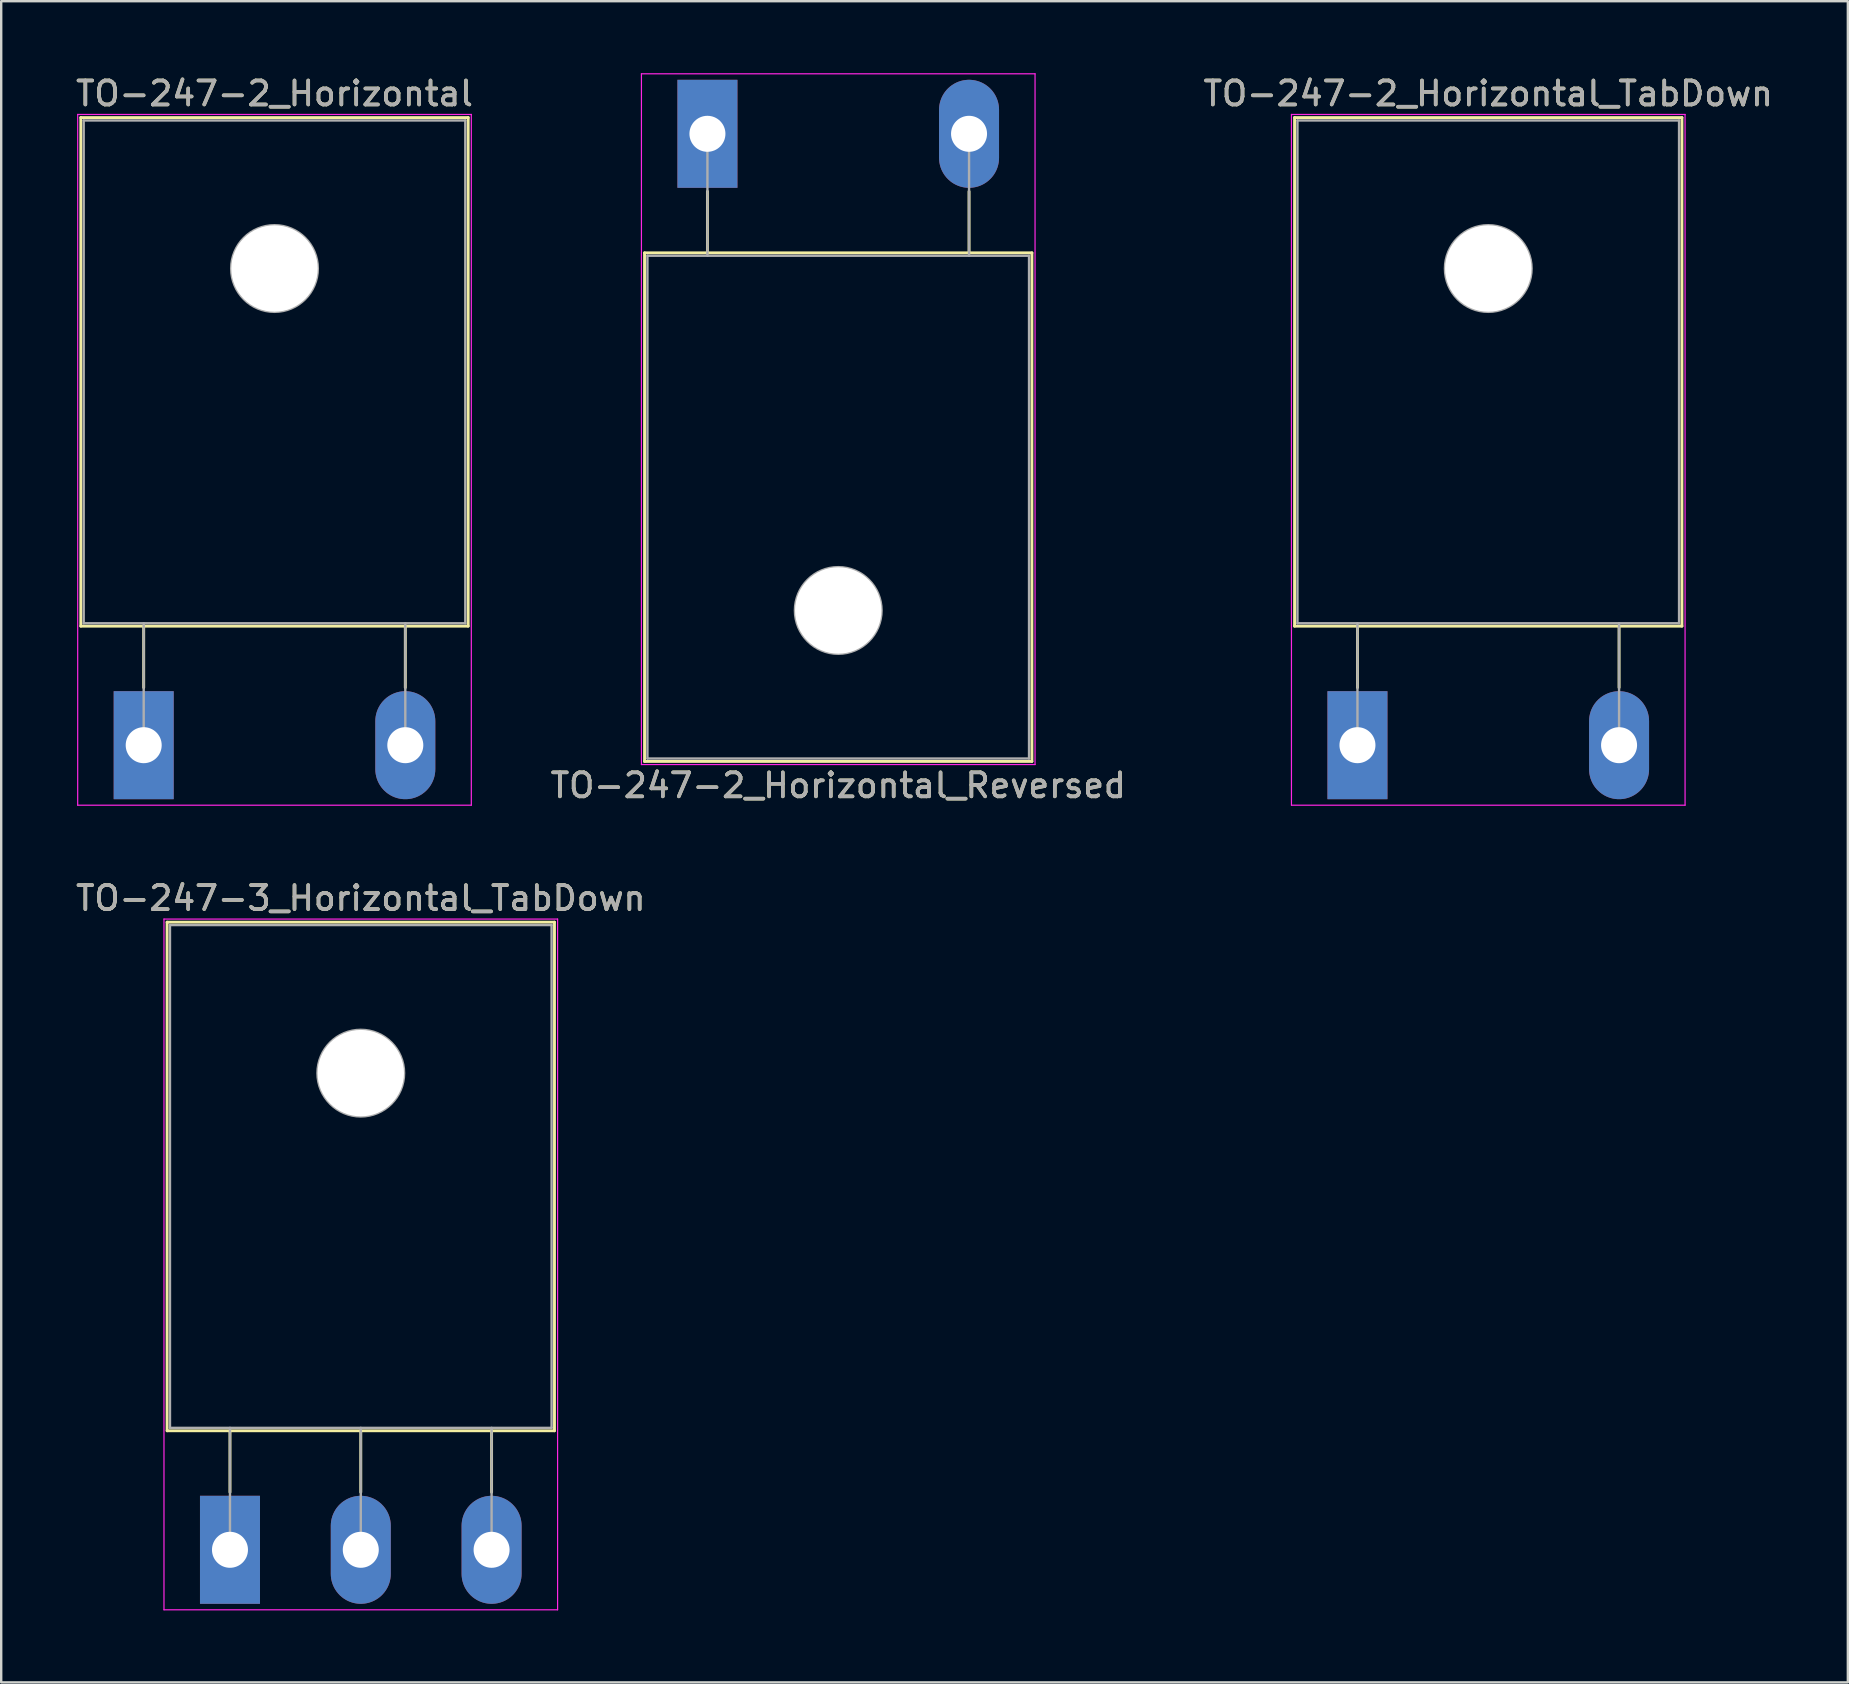
<source format=kicad_pcb>
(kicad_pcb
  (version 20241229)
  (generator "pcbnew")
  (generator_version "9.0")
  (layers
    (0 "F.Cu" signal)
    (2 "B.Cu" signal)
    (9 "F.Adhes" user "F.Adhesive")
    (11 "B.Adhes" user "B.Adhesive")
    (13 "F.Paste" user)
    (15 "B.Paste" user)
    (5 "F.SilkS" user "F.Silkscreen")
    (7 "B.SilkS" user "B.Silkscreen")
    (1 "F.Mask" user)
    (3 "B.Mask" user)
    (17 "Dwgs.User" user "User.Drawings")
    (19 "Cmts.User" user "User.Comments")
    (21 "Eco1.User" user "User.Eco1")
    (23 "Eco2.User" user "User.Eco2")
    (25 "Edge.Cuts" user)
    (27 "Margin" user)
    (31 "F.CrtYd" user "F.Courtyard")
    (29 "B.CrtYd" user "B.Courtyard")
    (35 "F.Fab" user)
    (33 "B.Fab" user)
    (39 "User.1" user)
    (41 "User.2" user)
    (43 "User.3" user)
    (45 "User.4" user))
  (footprint "TO-247-3_Horizontal_TabDown"
    (layer "F.Cu")
    (at 6.532 61.522)
    (property "Reference" "TO-247-3_Horizontal_TabDown" (at 5.45 -27.15 0) (layer "F.SilkS") (effects (font (size 1 1) (thickness 0.15))))
    (attr through_hole)
    (fp_line (start -2.62 -26.15) (end -2.62 -4.96) (stroke (width 0.12) (type solid)) (layer "F.SilkS"))
    (fp_line (start -2.62 -26.15) (end 13.52 -26.15) (stroke (width 0.12) (type solid)) (layer "F.SilkS"))
    (fp_line (start -2.62 -4.96) (end 13.52 -4.96) (stroke (width 0.12) (type solid)) (layer "F.SilkS"))
    (fp_line (start 0 -4.96) (end 0 -2.4) (stroke (width 0.12) (type solid)) (layer "F.SilkS"))
    (fp_line (start 5.45 -4.96) (end 5.45 -2.4) (stroke (width 0.12) (type solid)) (layer "F.SilkS"))
    (fp_line (start 10.9 -4.96) (end 10.9 -2.4) (stroke (width 0.12) (type solid)) (layer "F.SilkS"))
    (fp_line (start 13.52 -26.15) (end 13.52 -4.96) (stroke (width 0.12) (type solid)) (layer "F.SilkS"))
    (fp_line (start -2.75 -26.28) (end -2.75 2.5) (stroke (width 0.05) (type solid)) (layer "F.CrtYd"))
    (fp_line (start -2.75 2.5) (end 13.65 2.5) (stroke (width 0.05) (type solid)) (layer "F.CrtYd"))
    (fp_line (start 13.65 -26.28) (end -2.75 -26.28) (stroke (width 0.05) (type solid)) (layer "F.CrtYd"))
    (fp_line (start 13.65 2.5) (end 13.65 -26.28) (stroke (width 0.05) (type solid)) (layer "F.CrtYd"))
    (fp_line (start -2.5 -26.03) (end 13.4 -26.03) (stroke (width 0.1) (type solid)) (layer "F.Fab"))
    (fp_line (start -2.5 -5.08) (end -2.5 -26.03) (stroke (width 0.1) (type solid)) (layer "F.Fab"))
    (fp_line (start 0 -5.08) (end 0 0) (stroke (width 0.1) (type solid)) (layer "F.Fab"))
    (fp_line (start 5.45 -5.08) (end 5.45 0) (stroke (width 0.1) (type solid)) (layer "F.Fab"))
    (fp_line (start 10.9 -5.08) (end 10.9 0) (stroke (width 0.1) (type solid)) (layer "F.Fab"))
    (fp_line (start 13.4 -26.03) (end 13.4 -5.08) (stroke (width 0.1) (type solid)) (layer "F.Fab"))
    (fp_line (start 13.4 -5.08) (end -2.5 -5.08) (stroke (width 0.1) (type solid)) (layer "F.Fab"))
    (fp_circle (center 5.45 -19.86) (end 7.255 -19.86) (stroke (width 0.1) (type solid)) (fill no) (layer "F.Fab"))
    (fp_text user "${REFERENCE}" (at 5.45 -27.15 0) (layer "F.Fab") (effects (font (size 1 1) (thickness 0.15))))
    (pad "" np_thru_hole oval (at 5.45 -19.86) (size 3.6 3.6) (drill 3.6) (layers "*.Cu" "*.Mask"))
    (pad "1" thru_hole rect (at 0 0) (size 2.5 4.5) (drill 1.5) (layers "*.Cu" "*.Mask"))
    (pad "2" thru_hole oval (at 5.45 0) (size 2.5 4.5) (drill 1.5) (layers "*.Cu" "*.Mask"))
    (pad "3" thru_hole oval (at 10.9 0) (size 2.5 4.5) (drill 1.5) (layers "*.Cu" "*.Mask")))
  (footprint "TO-247-2_Horizontal"
    (layer "F.Cu")
    (at 2.937 27.998)
    (property "Reference" "TO-247-2_Horizontal" (at 5.45 -27.15 0) (layer "F.SilkS") (effects (font (size 1 1) (thickness 0.15))))
    (attr through_hole)
    (fp_line (start -2.62 -26.15) (end -2.62 -4.96) (stroke (width 0.12) (type solid)) (layer "F.SilkS"))
    (fp_line (start -2.62 -26.15) (end 13.52 -26.15) (stroke (width 0.12) (type solid)) (layer "F.SilkS"))
    (fp_line (start -2.62 -4.96) (end 13.52 -4.96) (stroke (width 0.12) (type solid)) (layer "F.SilkS"))
    (fp_line (start 0 -4.96) (end 0 -2.4) (stroke (width 0.12) (type solid)) (layer "F.SilkS"))
    (fp_line (start 10.9 -4.96) (end 10.9 -2.4) (stroke (width 0.12) (type solid)) (layer "F.SilkS"))
    (fp_line (start 13.52 -26.15) (end 13.52 -4.96) (stroke (width 0.12) (type solid)) (layer "F.SilkS"))
    (fp_line (start -2.75 -26.28) (end -2.75 2.5) (stroke (width 0.05) (type solid)) (layer "F.CrtYd"))
    (fp_line (start -2.75 2.5) (end 13.65 2.5) (stroke (width 0.05) (type solid)) (layer "F.CrtYd"))
    (fp_line (start 13.65 -26.28) (end -2.75 -26.28) (stroke (width 0.05) (type solid)) (layer "F.CrtYd"))
    (fp_line (start 13.65 2.5) (end 13.65 -26.28) (stroke (width 0.05) (type solid)) (layer "F.CrtYd"))
    (fp_line (start -2.5 -26.03) (end 13.4 -26.03) (stroke (width 0.1) (type solid)) (layer "F.Fab"))
    (fp_line (start -2.5 -5.08) (end -2.5 -26.03) (stroke (width 0.1) (type solid)) (layer "F.Fab"))
    (fp_line (start 0 -5.08) (end 0 0) (stroke (width 0.1) (type solid)) (layer "F.Fab"))
    (fp_line (start 10.9 -5.08) (end 10.9 0) (stroke (width 0.1) (type solid)) (layer "F.Fab"))
    (fp_line (start 13.4 -26.03) (end 13.4 -5.08) (stroke (width 0.1) (type solid)) (layer "F.Fab"))
    (fp_line (start 13.4 -5.08) (end -2.5 -5.08) (stroke (width 0.1) (type solid)) (layer "F.Fab"))
    (fp_circle (center 5.45 -19.86) (end 7.255 -19.86) (stroke (width 0.1) (type solid)) (fill no) (layer "F.Fab"))
    (fp_text user "${REFERENCE}" (at 5.45 -27.15 0) (layer "F.Fab") (effects (font (size 1 1) (thickness 0.15))))
    (pad "" np_thru_hole oval (at 5.45 -19.86) (size 3.6 3.6) (drill 3.6) (layers "*.Cu" "*.Mask"))
    (pad "1" thru_hole rect (at 0 0) (size 2.5 4.5) (drill 1.5) (layers "*.Cu" "*.Mask"))
    (pad "2" thru_hole oval (at 10.9 0) (size 2.5 4.5) (drill 1.5) (layers "*.Cu" "*.Mask")))
  (footprint "TO-247-2_Horizontal_Reversed"
    (layer "F.Cu")
    (at 26.425 2.525)
    (property "Reference" "TO-247-2_Horizontal_Reversed" (at 5.45 27.15 0) (layer "F.SilkS") (effects (font (size 1 1) (thickness 0.15))))
    (attr through_hole)
    (fp_line (start -2.62 4.96) (end -2.62 26.15) (stroke (width 0.12) (type solid)) (layer "F.SilkS"))
    (fp_line (start -2.62 4.96) (end 13.52 4.96) (stroke (width 0.12) (type solid)) (layer "F.SilkS"))
    (fp_line (start -2.62 26.15) (end 13.52 26.15) (stroke (width 0.12) (type solid)) (layer "F.SilkS"))
    (fp_line (start 0 2.4) (end 0 4.96) (stroke (width 0.12) (type solid)) (layer "F.SilkS"))
    (fp_line (start 10.9 2.4) (end 10.9 4.96) (stroke (width 0.12) (type solid)) (layer "F.SilkS"))
    (fp_line (start 13.52 4.96) (end 13.52 26.15) (stroke (width 0.12) (type solid)) (layer "F.SilkS"))
    (fp_line (start -2.75 -2.5) (end -2.75 26.28) (stroke (width 0.05) (type solid)) (layer "F.CrtYd"))
    (fp_line (start -2.75 26.28) (end 13.65 26.28) (stroke (width 0.05) (type solid)) (layer "F.CrtYd"))
    (fp_line (start 13.65 -2.5) (end -2.75 -2.5) (stroke (width 0.05) (type solid)) (layer "F.CrtYd"))
    (fp_line (start 13.65 26.28) (end 13.65 -2.5) (stroke (width 0.05) (type solid)) (layer "F.CrtYd"))
    (fp_line (start -2.5 5.08) (end -2.5 26.03) (stroke (width 0.1) (type solid)) (layer "F.Fab"))
    (fp_line (start -2.5 26.03) (end 13.4 26.03) (stroke (width 0.1) (type solid)) (layer "F.Fab"))
    (fp_line (start 0 5.08) (end 0 0) (stroke (width 0.1) (type solid)) (layer "F.Fab"))
    (fp_line (start 10.9 5.08) (end 10.9 0) (stroke (width 0.1) (type solid)) (layer "F.Fab"))
    (fp_line (start 13.4 5.08) (end -2.5 5.08) (stroke (width 0.1) (type solid)) (layer "F.Fab"))
    (fp_line (start 13.4 26.03) (end 13.4 5.08) (stroke (width 0.1) (type solid)) (layer "F.Fab"))
    (fp_circle (center 5.45 19.86) (end 7.255 19.86) (stroke (width 0.1) (type solid)) (fill no) (layer "F.Fab"))
    (fp_text user "${REFERENCE}" (at 5.45 27.15 0) (layer "F.Fab") (effects (font (size 1 1) (thickness 0.15))))
    (pad "" np_thru_hole oval (at 5.45 19.86) (size 3.6 3.6) (drill 3.6) (layers "*.Cu" "*.Mask"))
    (pad "1" thru_hole rect (at 0 0) (size 2.5 4.5) (drill 1.5) (layers "*.Cu" "*.Mask"))
    (pad "2" thru_hole oval (at 10.9 0) (size 2.5 4.5) (drill 1.5) (layers "*.Cu" "*.Mask")))
  (footprint "TO-247-2_Horizontal_TabDown"
    (layer "F.Cu")
    (at 53.508 27.998)
    (property "Reference" "TO-247-2_Horizontal_TabDown" (at 5.45 -27.15 0) (layer "F.SilkS") (effects (font (size 1 1) (thickness 0.15))))
    (attr through_hole)
    (fp_line (start -2.62 -26.15) (end -2.62 -4.96) (stroke (width 0.12) (type solid)) (layer "F.SilkS"))
    (fp_line (start -2.62 -26.15) (end 13.52 -26.15) (stroke (width 0.12) (type solid)) (layer "F.SilkS"))
    (fp_line (start -2.62 -4.96) (end 13.52 -4.96) (stroke (width 0.12) (type solid)) (layer "F.SilkS"))
    (fp_line (start 0 -4.96) (end 0 -2.4) (stroke (width 0.12) (type solid)) (layer "F.SilkS"))
    (fp_line (start 10.9 -4.96) (end 10.9 -2.4) (stroke (width 0.12) (type solid)) (layer "F.SilkS"))
    (fp_line (start 13.52 -26.15) (end 13.52 -4.96) (stroke (width 0.12) (type solid)) (layer "F.SilkS"))
    (fp_line (start -2.75 -26.28) (end -2.75 2.5) (stroke (width 0.05) (type solid)) (layer "F.CrtYd"))
    (fp_line (start -2.75 2.5) (end 13.65 2.5) (stroke (width 0.05) (type solid)) (layer "F.CrtYd"))
    (fp_line (start 13.65 -26.28) (end -2.75 -26.28) (stroke (width 0.05) (type solid)) (layer "F.CrtYd"))
    (fp_line (start 13.65 2.5) (end 13.65 -26.28) (stroke (width 0.05) (type solid)) (layer "F.CrtYd"))
    (fp_line (start -2.5 -26.03) (end 13.4 -26.03) (stroke (width 0.1) (type solid)) (layer "F.Fab"))
    (fp_line (start -2.5 -5.08) (end -2.5 -26.03) (stroke (width 0.1) (type solid)) (layer "F.Fab"))
    (fp_line (start 0 -5.08) (end 0 0) (stroke (width 0.1) (type solid)) (layer "F.Fab"))
    (fp_line (start 10.9 -5.08) (end 10.9 0) (stroke (width 0.1) (type solid)) (layer "F.Fab"))
    (fp_line (start 13.4 -26.03) (end 13.4 -5.08) (stroke (width 0.1) (type solid)) (layer "F.Fab"))
    (fp_line (start 13.4 -5.08) (end -2.5 -5.08) (stroke (width 0.1) (type solid)) (layer "F.Fab"))
    (fp_circle (center 5.45 -19.86) (end 7.255 -19.86) (stroke (width 0.1) (type solid)) (fill no) (layer "F.Fab"))
    (fp_text user "${REFERENCE}" (at 5.45 -27.15 0) (layer "F.Fab") (effects (font (size 1 1) (thickness 0.15))))
    (pad "" np_thru_hole oval (at 5.45 -19.86) (size 3.6 3.6) (drill 3.6) (layers "*.Cu" "*.Mask"))
    (pad "1" thru_hole rect (at 0 0) (size 2.5 4.5) (drill 1.5) (layers "*.Cu" "*.Mask"))
    (pad "2" thru_hole oval (at 10.9 0) (size 2.5 4.5) (drill 1.5) (layers "*.Cu" "*.Mask")))
  (gr_rect
    (start -3 -3)
    (end 73.94 67.046)
    (stroke (width 0.1) (type default))
    (fill no)
    (layer "Edge.Cuts")))
</source>
